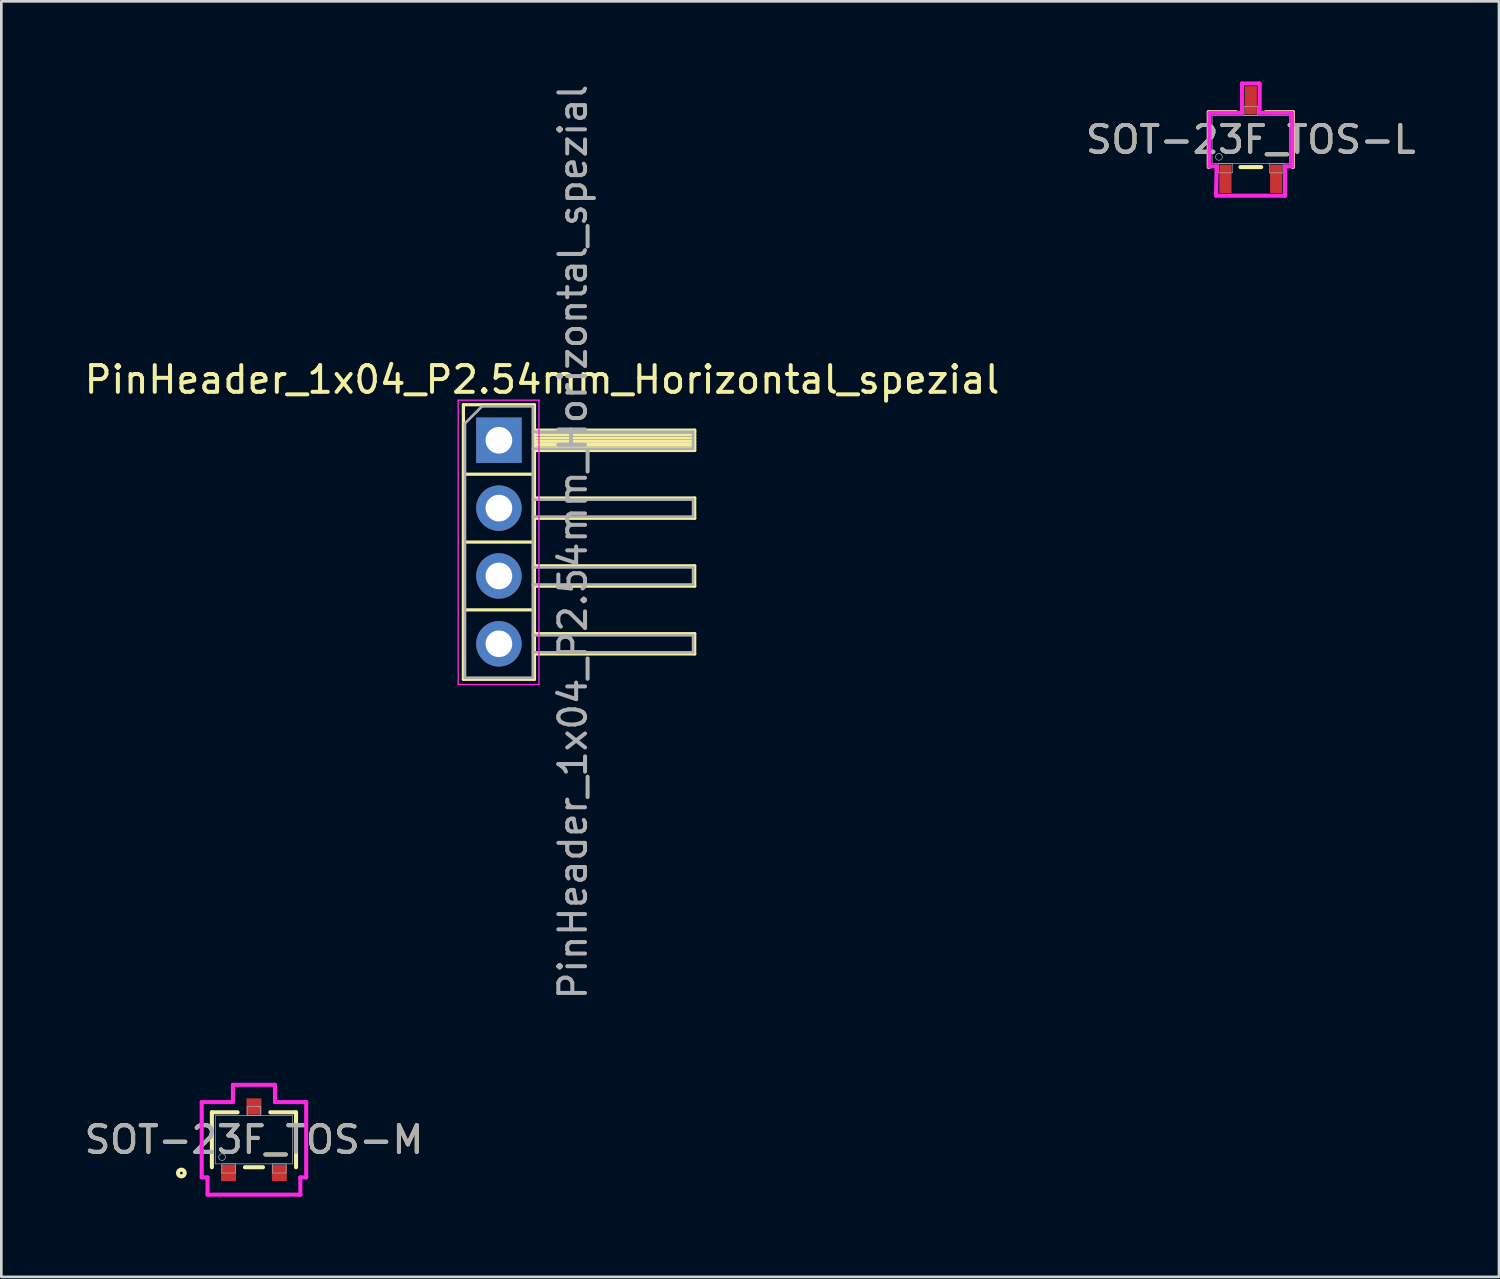
<source format=kicad_pcb>
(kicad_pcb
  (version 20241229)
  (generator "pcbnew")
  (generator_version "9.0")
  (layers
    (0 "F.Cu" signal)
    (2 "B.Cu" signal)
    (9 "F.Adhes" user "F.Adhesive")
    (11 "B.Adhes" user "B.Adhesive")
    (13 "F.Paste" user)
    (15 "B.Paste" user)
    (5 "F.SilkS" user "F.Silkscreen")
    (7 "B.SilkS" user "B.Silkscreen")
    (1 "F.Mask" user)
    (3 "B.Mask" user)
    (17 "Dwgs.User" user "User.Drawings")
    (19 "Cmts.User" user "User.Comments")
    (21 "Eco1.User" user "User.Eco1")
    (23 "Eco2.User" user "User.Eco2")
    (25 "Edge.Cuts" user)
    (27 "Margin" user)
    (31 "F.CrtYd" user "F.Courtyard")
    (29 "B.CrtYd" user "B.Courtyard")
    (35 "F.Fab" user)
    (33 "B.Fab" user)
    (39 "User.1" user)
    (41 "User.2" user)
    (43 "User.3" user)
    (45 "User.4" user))
  (footprint "PinHeader_1x04_P2.54mm_Horizontal_spezial"
    (layer "F.Cu")
    (at 15.629 13.434)
    (property "Reference" "PinHeader_1x04_P2.54mm_Horizontal_spezial" (at 1.615 -2.27 0) (layer "F.SilkS") (effects (font (size 1 1) (thickness 0.15))))
    (attr through_hole)
    (fp_line (start -1.33 -1.33) (end -1.33 8.95) (stroke (width 0.12) (type solid)) (layer "F.SilkS"))
    (fp_line (start -1.33 1.27) (end 1.33 1.27) (stroke (width 0.12) (type solid)) (layer "F.SilkS"))
    (fp_line (start -1.33 3.81) (end 1.33 3.81) (stroke (width 0.12) (type solid)) (layer "F.SilkS"))
    (fp_line (start -1.33 6.35) (end 1.33 6.35) (stroke (width 0.12) (type solid)) (layer "F.SilkS"))
    (fp_line (start -1.33 8.95) (end 1.33 8.95) (stroke (width 0.12) (type solid)) (layer "F.SilkS"))
    (fp_line (start 1.33 -1.33) (end -1.33 -1.33) (stroke (width 0.12) (type solid)) (layer "F.SilkS"))
    (fp_line (start 1.33 -0.38) (end 7.33 -0.38) (stroke (width 0.12) (type solid)) (layer "F.SilkS"))
    (fp_line (start 1.33 -0.32) (end 7.33 -0.32) (stroke (width 0.12) (type solid)) (layer "F.SilkS"))
    (fp_line (start 1.33 -0.2) (end 7.33 -0.2) (stroke (width 0.12) (type solid)) (layer "F.SilkS"))
    (fp_line (start 1.33 -0.08) (end 7.33 -0.08) (stroke (width 0.12) (type solid)) (layer "F.SilkS"))
    (fp_line (start 1.33 0.04) (end 7.33 0.04) (stroke (width 0.12) (type solid)) (layer "F.SilkS"))
    (fp_line (start 1.33 0.16) (end 7.33 0.16) (stroke (width 0.12) (type solid)) (layer "F.SilkS"))
    (fp_line (start 1.33 0.28) (end 7.33 0.28) (stroke (width 0.12) (type solid)) (layer "F.SilkS"))
    (fp_line (start 1.33 2.16) (end 7.33 2.16) (stroke (width 0.12) (type solid)) (layer "F.SilkS"))
    (fp_line (start 1.33 4.7) (end 7.33 4.7) (stroke (width 0.12) (type solid)) (layer "F.SilkS"))
    (fp_line (start 1.33 7.24) (end 7.33 7.24) (stroke (width 0.12) (type solid)) (layer "F.SilkS"))
    (fp_line (start 1.33 8.95) (end 1.33 -1.33) (stroke (width 0.12) (type solid)) (layer "F.SilkS"))
    (fp_line (start 7.33 -0.38) (end 7.33 0.38) (stroke (width 0.12) (type solid)) (layer "F.SilkS"))
    (fp_line (start 7.33 0.38) (end 1.33 0.38) (stroke (width 0.12) (type solid)) (layer "F.SilkS"))
    (fp_line (start 7.33 2.16) (end 7.33 2.92) (stroke (width 0.12) (type solid)) (layer "F.SilkS"))
    (fp_line (start 7.33 2.92) (end 1.33 2.92) (stroke (width 0.12) (type solid)) (layer "F.SilkS"))
    (fp_line (start 7.33 4.7) (end 7.33 5.46) (stroke (width 0.12) (type solid)) (layer "F.SilkS"))
    (fp_line (start 7.33 5.46) (end 1.33 5.46) (stroke (width 0.12) (type solid)) (layer "F.SilkS"))
    (fp_line (start 7.33 7.24) (end 7.33 8) (stroke (width 0.12) (type solid)) (layer "F.SilkS"))
    (fp_line (start 7.33 8) (end 1.33 8) (stroke (width 0.12) (type solid)) (layer "F.SilkS"))
    (fp_line (start -1.524 -1.5) (end -1.524 9.144) (stroke (width 0.05) (type solid)) (layer "F.CrtYd"))
    (fp_line (start -1.524 9.144) (end 1.5 9.144) (stroke (width 0.05) (type solid)) (layer "F.CrtYd"))
    (fp_line (start 1.5 -1.5) (end -1.524 -1.5) (stroke (width 0.05) (type solid)) (layer "F.CrtYd"))
    (fp_line (start 1.5 9.144) (end 1.5 -1.5) (stroke (width 0.05) (type solid)) (layer "F.CrtYd"))
    (fp_line (start -1.27 -0.635) (end -0.635 -1.27) (stroke (width 0.1) (type solid)) (layer "F.Fab"))
    (fp_line (start -1.27 8.89) (end -1.27 -0.635) (stroke (width 0.1) (type solid)) (layer "F.Fab"))
    (fp_line (start -0.635 -1.27) (end 1.27 -1.27) (stroke (width 0.1) (type solid)) (layer "F.Fab"))
    (fp_line (start -0.32 -0.32) (end -0.32 0.32) (stroke (width 0.1) (type solid)) (layer "F.Fab"))
    (fp_line (start -0.32 2.22) (end -0.32 2.86) (stroke (width 0.1) (type solid)) (layer "F.Fab"))
    (fp_line (start -0.32 4.76) (end -0.32 5.4) (stroke (width 0.1) (type solid)) (layer "F.Fab"))
    (fp_line (start -0.32 7.3) (end -0.32 7.94) (stroke (width 0.1) (type solid)) (layer "F.Fab"))
    (fp_line (start 1.27 -1.27) (end 1.27 8.89) (stroke (width 0.1) (type solid)) (layer "F.Fab"))
    (fp_line (start 1.27 -0.32) (end 7.27 -0.32) (stroke (width 0.1) (type solid)) (layer "F.Fab"))
    (fp_line (start 1.27 0.32) (end 7.27 0.32) (stroke (width 0.1) (type solid)) (layer "F.Fab"))
    (fp_line (start 1.27 2.22) (end 7.27 2.22) (stroke (width 0.1) (type solid)) (layer "F.Fab"))
    (fp_line (start 1.27 2.86) (end 7.27 2.86) (stroke (width 0.1) (type solid)) (layer "F.Fab"))
    (fp_line (start 1.27 4.76) (end 7.27 4.76) (stroke (width 0.1) (type solid)) (layer "F.Fab"))
    (fp_line (start 1.27 5.4) (end 7.27 5.4) (stroke (width 0.1) (type solid)) (layer "F.Fab"))
    (fp_line (start 1.27 7.3) (end 7.27 7.3) (stroke (width 0.1) (type solid)) (layer "F.Fab"))
    (fp_line (start 1.27 7.94) (end 7.27 7.94) (stroke (width 0.1) (type solid)) (layer "F.Fab"))
    (fp_line (start 1.27 8.89) (end -1.27 8.89) (stroke (width 0.1) (type solid)) (layer "F.Fab"))
    (fp_line (start 7.27 -0.32) (end 7.27 0.32) (stroke (width 0.1) (type solid)) (layer "F.Fab"))
    (fp_line (start 7.27 2.22) (end 7.27 2.86) (stroke (width 0.1) (type solid)) (layer "F.Fab"))
    (fp_line (start 7.27 4.76) (end 7.27 5.4) (stroke (width 0.1) (type solid)) (layer "F.Fab"))
    (fp_line (start 7.27 7.3) (end 7.27 7.94) (stroke (width 0.1) (type solid)) (layer "F.Fab"))
    (fp_text user "${REFERENCE}" (at 2.77 3.81 90) (layer "F.Fab") (effects (font (size 1 1) (thickness 0.15))))
    (pad "1" thru_hole rect (at 0 0) (size 1.7 1.7) (drill 1) (layers "*.Cu" "*.Mask"))
    (pad "2" thru_hole oval (at 0 2.54) (size 1.7 1.7) (drill 1) (layers "*.Cu" "*.Mask"))
    (pad "3" thru_hole oval (at 0 5.08) (size 1.7 1.7) (drill 1) (layers "*.Cu" "*.Mask"))
    (pad "4" thru_hole oval (at 0 7.62) (size 1.7 1.7) (drill 1) (layers "*.Cu" "*.Mask")))
  (footprint "SOT-23F_TOS-L"
    (layer "F.Cu")
    (at 43.78 2.176)
    (property "Reference" "SOT-23F_TOS-L" (at 0 0 0) (unlocked yes) (layer "F.SilkS") (effects (font (size 1 1) (thickness 0.15))))
    (attr smd)
    (fp_line (start -1.575 -1.029) (end -1.575 1.029) (stroke (width 0.152) (type solid)) (layer "F.SilkS"))
    (fp_line (start -0.561 -1.029) (end -1.575 -1.029) (stroke (width 0.152) (type solid)) (layer "F.SilkS"))
    (fp_line (start -0.389 1.029) (end 0.389 1.029) (stroke (width 0.152) (type solid)) (layer "F.SilkS"))
    (fp_line (start 1.575 -1.029) (end 0.561 -1.029) (stroke (width 0.152) (type solid)) (layer "F.SilkS"))
    (fp_line (start 1.575 1.029) (end 1.575 -1.029) (stroke (width 0.152) (type solid)) (layer "F.SilkS"))
    (fp_line (start -1.549 -1.003) (end -0.33 -1.003) (stroke (width 0.152) (type solid)) (layer "F.CrtYd"))
    (fp_line (start -1.549 1.003) (end -1.549 -1.003) (stroke (width 0.152) (type solid)) (layer "F.CrtYd"))
    (fp_line (start -1.549 1.003) (end -1.28 1.003) (stroke (width 0.152) (type solid)) (layer "F.CrtYd"))
    (fp_line (start -1.3 2.1) (end 1.28 2.1) (stroke (width 0.152) (type solid)) (layer "F.CrtYd"))
    (fp_line (start -1.28 1.003) (end -1.3 2.1) (stroke (width 0.152) (type solid)) (layer "F.CrtYd"))
    (fp_line (start -0.33 -2.1) (end 0.33 -2.1) (stroke (width 0.152) (type solid)) (layer "F.CrtYd"))
    (fp_line (start -0.33 -1.003) (end -0.33 -2.1) (stroke (width 0.152) (type solid)) (layer "F.CrtYd"))
    (fp_line (start 0.33 -1.003) (end 0.33 -2.1) (stroke (width 0.152) (type solid)) (layer "F.CrtYd"))
    (fp_line (start 1.28 1.003) (end 1.28 2.1) (stroke (width 0.152) (type solid)) (layer "F.CrtYd"))
    (fp_line (start 1.549 -1.003) (end 0.33 -1.003) (stroke (width 0.152) (type solid)) (layer "F.CrtYd"))
    (fp_line (start 1.549 -1.003) (end 1.549 1.003) (stroke (width 0.152) (type solid)) (layer "F.CrtYd"))
    (fp_line (start 1.549 1.003) (end 1.28 1.003) (stroke (width 0.152) (type solid)) (layer "F.CrtYd"))
    (fp_line (start -1.448 -0.902) (end -1.448 0.902) (stroke (width 0.025) (type solid)) (layer "F.Fab"))
    (fp_line (start -1.448 0.902) (end 1.448 0.902) (stroke (width 0.025) (type solid)) (layer "F.Fab"))
    (fp_line (start -1.204 0.902) (end -1.204 1.245) (stroke (width 0.025) (type solid)) (layer "F.Fab"))
    (fp_line (start -1.204 1.245) (end -0.696 1.245) (stroke (width 0.025) (type solid)) (layer "F.Fab"))
    (fp_line (start -0.696 0.902) (end -1.204 0.902) (stroke (width 0.025) (type solid)) (layer "F.Fab"))
    (fp_line (start -0.696 1.245) (end -0.696 0.902) (stroke (width 0.025) (type solid)) (layer "F.Fab"))
    (fp_line (start -0.254 -1.245) (end -0.254 -0.902) (stroke (width 0.025) (type solid)) (layer "F.Fab"))
    (fp_line (start -0.254 -0.902) (end 0.254 -0.902) (stroke (width 0.025) (type solid)) (layer "F.Fab"))
    (fp_line (start 0.254 -1.245) (end -0.254 -1.245) (stroke (width 0.025) (type solid)) (layer "F.Fab"))
    (fp_line (start 0.254 -0.902) (end 0.254 -1.245) (stroke (width 0.025) (type solid)) (layer "F.Fab"))
    (fp_line (start 0.696 0.902) (end 0.696 1.245) (stroke (width 0.025) (type solid)) (layer "F.Fab"))
    (fp_line (start 0.696 1.245) (end 1.204 1.245) (stroke (width 0.025) (type solid)) (layer "F.Fab"))
    (fp_line (start 1.204 0.902) (end 0.696 0.902) (stroke (width 0.025) (type solid)) (layer "F.Fab"))
    (fp_line (start 1.204 1.245) (end 1.204 0.902) (stroke (width 0.025) (type solid)) (layer "F.Fab"))
    (fp_line (start 1.448 -0.902) (end -1.448 -0.902) (stroke (width 0.025) (type solid)) (layer "F.Fab"))
    (fp_line (start 1.448 0.902) (end 1.448 -0.902) (stroke (width 0.025) (type solid)) (layer "F.Fab"))
    (fp_circle (center -1.194 0.648) (end -1.067 0.648) (stroke (width 0.025) (type solid)) (fill no) (layer "F.Fab"))
    (fp_text user "${REFERENCE}" (at 0 0 0) (unlocked yes) (layer "F.Fab") (effects (font (size 1 1) (thickness 0.15))))
    (pad "1" smd rect (at -0.95 1.47) (size 0.457 1.06) (layers "F.Cu" "F.Mask" "F.Paste"))
    (pad "2" smd rect (at 0.95 1.47) (size 0.457 1.06) (layers "F.Cu" "F.Mask" "F.Paste"))
    (pad "3" smd rect (at 0 -1.47) (size 0.457 1.06) (layers "F.Cu" "F.Mask" "F.Paste")))
  (footprint "SOT-23F_TOS-M"
    (layer "F.Cu")
    (at 6.458 39.622)
    (property "Reference" "SOT-23F_TOS-M" (at 0 0 0) (unlocked yes) (layer "F.SilkS") (effects (font (size 1 1) (thickness 0.15))))
    (attr smd)
    (fp_line (start -1.575 -1.029) (end -1.575 1.029) (stroke (width 0.152) (type solid)) (layer "F.SilkS"))
    (fp_line (start -0.612 -1.029) (end -1.575 -1.029) (stroke (width 0.152) (type solid)) (layer "F.SilkS"))
    (fp_line (start -0.338 1.029) (end 0.338 1.029) (stroke (width 0.152) (type solid)) (layer "F.SilkS"))
    (fp_line (start 1.575 -1.029) (end 0.612 -1.029) (stroke (width 0.152) (type solid)) (layer "F.SilkS"))
    (fp_line (start 1.575 1.029) (end 1.575 -1.029) (stroke (width 0.152) (type solid)) (layer "F.SilkS"))
    (fp_circle (center -2.718 1.245) (end -2.591 1.245) (stroke (width 0.152) (type solid)) (fill no) (layer "F.SilkS"))
    (fp_line (start -1.956 -1.41) (end -0.787 -1.41) (stroke (width 0.152) (type solid)) (layer "F.CrtYd"))
    (fp_line (start -1.956 1.41) (end -1.956 -1.41) (stroke (width 0.152) (type solid)) (layer "F.CrtYd"))
    (fp_line (start -1.956 1.41) (end -1.737 1.41) (stroke (width 0.152) (type solid)) (layer "F.CrtYd"))
    (fp_line (start -1.737 1.41) (end -1.737 2.057) (stroke (width 0.152) (type solid)) (layer "F.CrtYd"))
    (fp_line (start -1.737 2.057) (end 1.737 2.057) (stroke (width 0.152) (type solid)) (layer "F.CrtYd"))
    (fp_line (start -0.787 -2.057) (end 0.787 -2.057) (stroke (width 0.152) (type solid)) (layer "F.CrtYd"))
    (fp_line (start -0.787 -1.41) (end -0.787 -2.057) (stroke (width 0.152) (type solid)) (layer "F.CrtYd"))
    (fp_line (start 0.787 -1.41) (end 0.787 -2.057) (stroke (width 0.152) (type solid)) (layer "F.CrtYd"))
    (fp_line (start 1.737 1.41) (end 1.737 2.057) (stroke (width 0.152) (type solid)) (layer "F.CrtYd"))
    (fp_line (start 1.956 -1.41) (end 0.787 -1.41) (stroke (width 0.152) (type solid)) (layer "F.CrtYd"))
    (fp_line (start 1.956 -1.41) (end 1.956 1.41) (stroke (width 0.152) (type solid)) (layer "F.CrtYd"))
    (fp_line (start 1.956 1.41) (end 1.737 1.41) (stroke (width 0.152) (type solid)) (layer "F.CrtYd"))
    (fp_line (start -1.448 -0.902) (end -1.448 0.902) (stroke (width 0.025) (type solid)) (layer "F.Fab"))
    (fp_line (start -1.448 0.902) (end 1.448 0.902) (stroke (width 0.025) (type solid)) (layer "F.Fab"))
    (fp_line (start -1.204 0.902) (end -1.204 1.245) (stroke (width 0.025) (type solid)) (layer "F.Fab"))
    (fp_line (start -1.204 1.245) (end -0.696 1.245) (stroke (width 0.025) (type solid)) (layer "F.Fab"))
    (fp_line (start -0.696 0.902) (end -1.204 0.902) (stroke (width 0.025) (type solid)) (layer "F.Fab"))
    (fp_line (start -0.696 1.245) (end -0.696 0.902) (stroke (width 0.025) (type solid)) (layer "F.Fab"))
    (fp_line (start -0.254 -1.245) (end -0.254 -0.902) (stroke (width 0.025) (type solid)) (layer "F.Fab"))
    (fp_line (start -0.254 -0.902) (end 0.254 -0.902) (stroke (width 0.025) (type solid)) (layer "F.Fab"))
    (fp_line (start 0.254 -1.245) (end -0.254 -1.245) (stroke (width 0.025) (type solid)) (layer "F.Fab"))
    (fp_line (start 0.254 -0.902) (end 0.254 -1.245) (stroke (width 0.025) (type solid)) (layer "F.Fab"))
    (fp_line (start 0.696 0.902) (end 0.696 1.245) (stroke (width 0.025) (type solid)) (layer "F.Fab"))
    (fp_line (start 0.696 1.245) (end 1.204 1.245) (stroke (width 0.025) (type solid)) (layer "F.Fab"))
    (fp_line (start 1.204 0.902) (end 0.696 0.902) (stroke (width 0.025) (type solid)) (layer "F.Fab"))
    (fp_line (start 1.204 1.245) (end 1.204 0.902) (stroke (width 0.025) (type solid)) (layer "F.Fab"))
    (fp_line (start 1.448 -0.902) (end -1.448 -0.902) (stroke (width 0.025) (type solid)) (layer "F.Fab"))
    (fp_line (start 1.448 0.902) (end 1.448 -0.902) (stroke (width 0.025) (type solid)) (layer "F.Fab"))
    (fp_circle (center -1.194 0.648) (end -1.067 0.648) (stroke (width 0.025) (type solid)) (fill no) (layer "F.Fab"))
    (fp_text user "${REFERENCE}" (at 0 0 0) (unlocked yes) (layer "F.Fab") (effects (font (size 1 1) (thickness 0.15))))
    (pad "1" smd rect (at -0.95 1.245) (size 0.559 0.61) (layers "F.Cu" "F.Mask" "F.Paste"))
    (pad "2" smd rect (at 0.95 1.245) (size 0.559 0.61) (layers "F.Cu" "F.Mask" "F.Paste"))
    (pad "3" smd rect (at 0 -1.245) (size 0.559 0.61) (layers "F.Cu" "F.Mask" "F.Paste")))
  (gr_rect
    (start -3 -3)
    (end 53.071 44.755)
    (stroke (width 0.1) (type default))
    (fill no)
    (layer "Edge.Cuts")))
</source>
